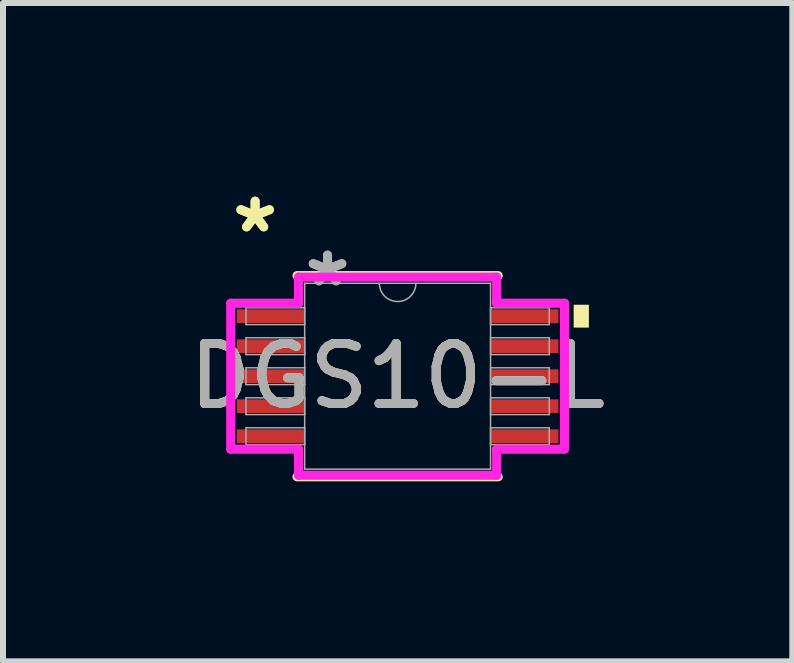
<source format=kicad_pcb>
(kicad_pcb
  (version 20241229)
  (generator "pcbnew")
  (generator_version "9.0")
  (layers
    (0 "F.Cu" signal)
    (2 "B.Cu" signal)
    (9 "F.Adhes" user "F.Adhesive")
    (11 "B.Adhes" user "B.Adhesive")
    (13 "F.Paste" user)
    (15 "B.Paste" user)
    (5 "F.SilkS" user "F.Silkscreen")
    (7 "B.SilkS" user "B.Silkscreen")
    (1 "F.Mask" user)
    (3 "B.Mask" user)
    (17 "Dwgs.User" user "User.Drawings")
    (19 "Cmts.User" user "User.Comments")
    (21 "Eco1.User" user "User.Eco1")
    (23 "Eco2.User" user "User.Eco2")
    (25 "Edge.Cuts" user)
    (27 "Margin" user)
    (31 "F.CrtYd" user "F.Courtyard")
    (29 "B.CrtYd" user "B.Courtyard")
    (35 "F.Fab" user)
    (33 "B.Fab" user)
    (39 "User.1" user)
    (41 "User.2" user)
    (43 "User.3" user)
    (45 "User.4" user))
  (footprint "DGS10-L"
    (layer "F.Cu")
    (at 3.577 3.22)
    (property "Reference" "DGS10-L" (at 0 0 0) (unlocked yes) (layer "F.SilkS") (effects (font (size 1 1) (thickness 0.15))))
    (attr smd)
    (fp_line (start -1.676 1.676) (end 1.676 1.676) (stroke (width 0.152) (type solid)) (layer "F.SilkS"))
    (fp_line (start 1.676 -1.676) (end -1.676 -1.676) (stroke (width 0.152) (type solid)) (layer "F.SilkS"))
    (fp_poly (pts (xy 3.188 -1.191) (xy 3.188 -0.81) (xy 2.934 -0.81) (xy 2.934 -1.191)) (stroke (width 0) (type solid)) (fill yes) (layer "F.SilkS"))
    (fp_line (start -2.781 -1.216) (end -1.651 -1.216) (stroke (width 0.152) (type solid)) (layer "F.CrtYd"))
    (fp_line (start -2.781 1.216) (end -2.781 -1.216) (stroke (width 0.152) (type solid)) (layer "F.CrtYd"))
    (fp_line (start -2.781 1.216) (end -1.651 1.216) (stroke (width 0.152) (type solid)) (layer "F.CrtYd"))
    (fp_line (start -1.651 -1.651) (end 1.651 -1.651) (stroke (width 0.152) (type solid)) (layer "F.CrtYd"))
    (fp_line (start -1.651 -1.216) (end -1.651 -1.651) (stroke (width 0.152) (type solid)) (layer "F.CrtYd"))
    (fp_line (start -1.651 1.651) (end -1.651 1.216) (stroke (width 0.152) (type solid)) (layer "F.CrtYd"))
    (fp_line (start 1.651 -1.651) (end 1.651 -1.216) (stroke (width 0.152) (type solid)) (layer "F.CrtYd"))
    (fp_line (start 1.651 1.216) (end 1.651 1.651) (stroke (width 0.152) (type solid)) (layer "F.CrtYd"))
    (fp_line (start 1.651 1.651) (end -1.651 1.651) (stroke (width 0.152) (type solid)) (layer "F.CrtYd"))
    (fp_line (start 2.781 -1.216) (end 1.651 -1.216) (stroke (width 0.152) (type solid)) (layer "F.CrtYd"))
    (fp_line (start 2.781 -1.216) (end 2.781 1.216) (stroke (width 0.152) (type solid)) (layer "F.CrtYd"))
    (fp_line (start 2.781 1.216) (end 1.651 1.216) (stroke (width 0.152) (type solid)) (layer "F.CrtYd"))
    (fp_line (start -2.527 -1.14) (end -2.527 -0.86) (stroke (width 0.025) (type solid)) (layer "F.Fab"))
    (fp_line (start -2.527 -0.86) (end -1.549 -0.86) (stroke (width 0.025) (type solid)) (layer "F.Fab"))
    (fp_line (start -2.527 -0.64) (end -2.527 -0.36) (stroke (width 0.025) (type solid)) (layer "F.Fab"))
    (fp_line (start -2.527 -0.36) (end -1.549 -0.36) (stroke (width 0.025) (type solid)) (layer "F.Fab"))
    (fp_line (start -2.527 -0.14) (end -2.527 0.14) (stroke (width 0.025) (type solid)) (layer "F.Fab"))
    (fp_line (start -2.527 0.14) (end -1.549 0.14) (stroke (width 0.025) (type solid)) (layer "F.Fab"))
    (fp_line (start -2.527 0.36) (end -2.527 0.64) (stroke (width 0.025) (type solid)) (layer "F.Fab"))
    (fp_line (start -2.527 0.64) (end -1.549 0.64) (stroke (width 0.025) (type solid)) (layer "F.Fab"))
    (fp_line (start -2.527 0.86) (end -2.527 1.14) (stroke (width 0.025) (type solid)) (layer "F.Fab"))
    (fp_line (start -2.527 1.14) (end -1.549 1.14) (stroke (width 0.025) (type solid)) (layer "F.Fab"))
    (fp_line (start -1.549 -1.549) (end -1.549 1.549) (stroke (width 0.025) (type solid)) (layer "F.Fab"))
    (fp_line (start -1.549 -1.14) (end -2.527 -1.14) (stroke (width 0.025) (type solid)) (layer "F.Fab"))
    (fp_line (start -1.549 -0.86) (end -1.549 -1.14) (stroke (width 0.025) (type solid)) (layer "F.Fab"))
    (fp_line (start -1.549 -0.64) (end -2.527 -0.64) (stroke (width 0.025) (type solid)) (layer "F.Fab"))
    (fp_line (start -1.549 -0.36) (end -1.549 -0.64) (stroke (width 0.025) (type solid)) (layer "F.Fab"))
    (fp_line (start -1.549 -0.14) (end -2.527 -0.14) (stroke (width 0.025) (type solid)) (layer "F.Fab"))
    (fp_line (start -1.549 0.14) (end -1.549 -0.14) (stroke (width 0.025) (type solid)) (layer "F.Fab"))
    (fp_line (start -1.549 0.36) (end -2.527 0.36) (stroke (width 0.025) (type solid)) (layer "F.Fab"))
    (fp_line (start -1.549 0.64) (end -1.549 0.36) (stroke (width 0.025) (type solid)) (layer "F.Fab"))
    (fp_line (start -1.549 0.86) (end -2.527 0.86) (stroke (width 0.025) (type solid)) (layer "F.Fab"))
    (fp_line (start -1.549 1.14) (end -1.549 0.86) (stroke (width 0.025) (type solid)) (layer "F.Fab"))
    (fp_line (start -1.549 1.549) (end 1.549 1.549) (stroke (width 0.025) (type solid)) (layer "F.Fab"))
    (fp_line (start 1.549 -1.549) (end -1.549 -1.549) (stroke (width 0.025) (type solid)) (layer "F.Fab"))
    (fp_line (start 1.549 -1.14) (end 1.549 -0.86) (stroke (width 0.025) (type solid)) (layer "F.Fab"))
    (fp_line (start 1.549 -0.86) (end 2.527 -0.86) (stroke (width 0.025) (type solid)) (layer "F.Fab"))
    (fp_line (start 1.549 -0.64) (end 1.549 -0.36) (stroke (width 0.025) (type solid)) (layer "F.Fab"))
    (fp_line (start 1.549 -0.36) (end 2.527 -0.36) (stroke (width 0.025) (type solid)) (layer "F.Fab"))
    (fp_line (start 1.549 -0.14) (end 1.549 0.14) (stroke (width 0.025) (type solid)) (layer "F.Fab"))
    (fp_line (start 1.549 0.14) (end 2.527 0.14) (stroke (width 0.025) (type solid)) (layer "F.Fab"))
    (fp_line (start 1.549 0.36) (end 1.549 0.64) (stroke (width 0.025) (type solid)) (layer "F.Fab"))
    (fp_line (start 1.549 0.64) (end 2.527 0.64) (stroke (width 0.025) (type solid)) (layer "F.Fab"))
    (fp_line (start 1.549 0.86) (end 1.549 1.14) (stroke (width 0.025) (type solid)) (layer "F.Fab"))
    (fp_line (start 1.549 1.14) (end 2.527 1.14) (stroke (width 0.025) (type solid)) (layer "F.Fab"))
    (fp_line (start 1.549 1.549) (end 1.549 -1.549) (stroke (width 0.025) (type solid)) (layer "F.Fab"))
    (fp_line (start 2.527 -1.14) (end 1.549 -1.14) (stroke (width 0.025) (type solid)) (layer "F.Fab"))
    (fp_line (start 2.527 -0.86) (end 2.527 -1.14) (stroke (width 0.025) (type solid)) (layer "F.Fab"))
    (fp_line (start 2.527 -0.64) (end 1.549 -0.64) (stroke (width 0.025) (type solid)) (layer "F.Fab"))
    (fp_line (start 2.527 -0.36) (end 2.527 -0.64) (stroke (width 0.025) (type solid)) (layer "F.Fab"))
    (fp_line (start 2.527 -0.14) (end 1.549 -0.14) (stroke (width 0.025) (type solid)) (layer "F.Fab"))
    (fp_line (start 2.527 0.14) (end 2.527 -0.14) (stroke (width 0.025) (type solid)) (layer "F.Fab"))
    (fp_line (start 2.527 0.36) (end 1.549 0.36) (stroke (width 0.025) (type solid)) (layer "F.Fab"))
    (fp_line (start 2.527 0.64) (end 2.527 0.36) (stroke (width 0.025) (type solid)) (layer "F.Fab"))
    (fp_line (start 2.527 0.86) (end 1.549 0.86) (stroke (width 0.025) (type solid)) (layer "F.Fab"))
    (fp_line (start 2.527 1.14) (end 2.527 0.86) (stroke (width 0.025) (type solid)) (layer "F.Fab"))
    (fp_arc (start 0.3048 -1.5494) (mid 0 -1.2446) (end -0.3048 -1.5494) (stroke (width 0.0254) (type solid)) (layer "F.Fab"))
    (fp_text user "*" (at -2.375 -2.372 0) (unlocked yes) (layer "F.SilkS") (effects (font (size 1 1) (thickness 0.15))))
    (fp_text user "*" (at -2.375 -2.372 0) (layer "F.SilkS") (effects (font (size 1 1) (thickness 0.15))))
    (fp_text user "${REFERENCE}" (at 0 0 0) (unlocked yes) (layer "F.Fab") (effects (font (size 1 1) (thickness 0.15))))
    (fp_text user "*" (at -1.168 -1.473 0) (unlocked yes) (layer "F.Fab") (effects (font (size 1 1) (thickness 0.15))))
    (fp_text user "*" (at -1.168 -1.473 0) (layer "F.Fab") (effects (font (size 1 1) (thickness 0.15))))
    (pad "1" smd rect (at -2.121 -1) (size 1.118 0.229) (layers "F.Cu" "F.Mask" "F.Paste"))
    (pad "2" smd rect (at -2.121 -0.5) (size 1.118 0.229) (layers "F.Cu" "F.Mask" "F.Paste"))
    (pad "3" smd rect (at -2.121 0) (size 1.118 0.229) (layers "F.Cu" "F.Mask" "F.Paste"))
    (pad "4" smd rect (at -2.121 0.5) (size 1.118 0.229) (layers "F.Cu" "F.Mask" "F.Paste"))
    (pad "5" smd rect (at -2.121 1) (size 1.118 0.229) (layers "F.Cu" "F.Mask" "F.Paste"))
    (pad "6" smd rect (at 2.121 1) (size 1.118 0.229) (layers "F.Cu" "F.Mask" "F.Paste"))
    (pad "7" smd rect (at 2.121 0.5) (size 1.118 0.229) (layers "F.Cu" "F.Mask" "F.Paste"))
    (pad "8" smd rect (at 2.121 0) (size 1.118 0.229) (layers "F.Cu" "F.Mask" "F.Paste"))
    (pad "9" smd rect (at 2.121 -0.5) (size 1.118 0.229) (layers "F.Cu" "F.Mask" "F.Paste"))
    (pad "10" smd rect (at 2.121 -1) (size 1.118 0.229) (layers "F.Cu" "F.Mask" "F.Paste")))
  (gr_rect
    (start -3 -3)
    (end 10.155 7.972)
    (stroke (width 0.1) (type default))
    (fill no)
    (layer "Edge.Cuts")))
</source>
